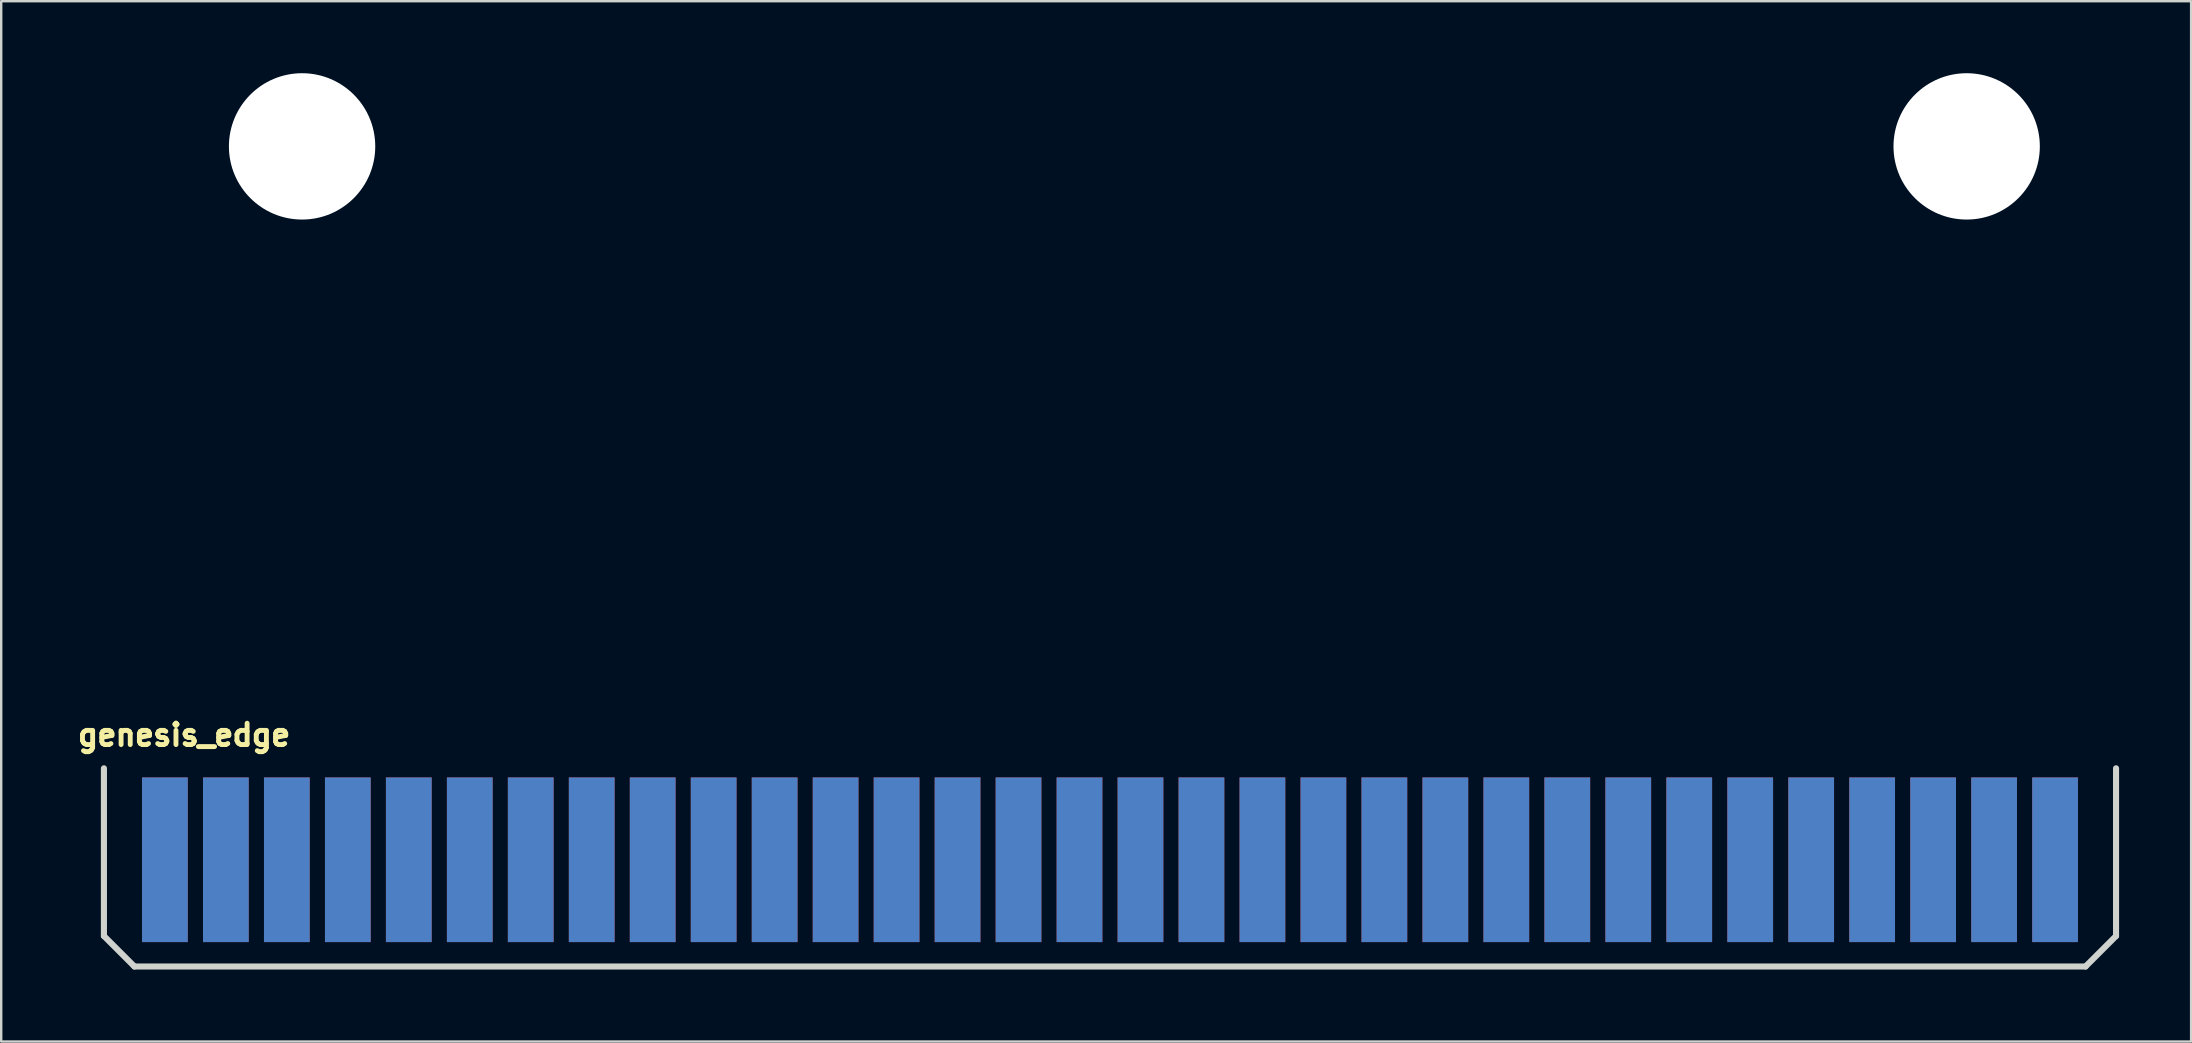
<source format=kicad_pcb>
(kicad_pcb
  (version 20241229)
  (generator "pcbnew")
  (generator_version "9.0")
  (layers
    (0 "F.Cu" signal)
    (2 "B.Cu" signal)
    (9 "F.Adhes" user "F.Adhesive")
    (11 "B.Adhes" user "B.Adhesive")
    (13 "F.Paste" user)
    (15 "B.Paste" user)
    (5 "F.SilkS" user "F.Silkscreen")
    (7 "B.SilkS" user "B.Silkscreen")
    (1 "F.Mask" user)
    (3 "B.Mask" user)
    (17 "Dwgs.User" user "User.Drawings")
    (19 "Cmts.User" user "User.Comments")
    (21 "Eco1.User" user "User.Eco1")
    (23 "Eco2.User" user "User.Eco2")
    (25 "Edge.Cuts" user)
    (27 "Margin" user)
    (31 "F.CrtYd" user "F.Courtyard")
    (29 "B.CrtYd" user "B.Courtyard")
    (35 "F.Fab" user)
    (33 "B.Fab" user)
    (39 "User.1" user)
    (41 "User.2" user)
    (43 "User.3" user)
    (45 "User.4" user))
  (footprint "genesis_edge"
    (layer "F.Cu")
    (at 3.819 32.766)
    (property "Reference" "genesis_edge" (at 0.8 -5.2 0) (layer "F.SilkS") (effects (font (size 0.889 0.889) (thickness 0.203))))
    (attr through_hole)
    (fp_poly (pts (xy -2.54 -3.81) (xy 81.28 -3.81) (xy 81.28 3.175) (xy 80.01 4.445) (xy -1.27 4.445) (xy -2.54 3.175)) (stroke (width 0.1) (type solid)) (fill yes) (layer "F.Mask"))
    (fp_poly (pts (xy -2.54 -3.81) (xy 81.28 -3.81) (xy 81.28 3.175) (xy 80.01 4.445) (xy -1.27 4.445) (xy -2.54 3.175)) (stroke (width 0.1) (type solid)) (fill yes) (layer "B.Mask"))
    (fp_line (start -2.54 -3.81) (end -2.54 3.175) (stroke (width 0.254) (type solid)) (layer "Edge.Cuts"))
    (fp_line (start -2.54 3.175) (end -1.27 4.445) (stroke (width 0.254) (type solid)) (layer "Edge.Cuts"))
    (fp_line (start -1.27 4.445) (end 80.01 4.445) (stroke (width 0.254) (type solid)) (layer "Edge.Cuts"))
    (fp_line (start 80.01 4.445) (end 81.28 3.175) (stroke (width 0.254) (type solid)) (layer "Edge.Cuts"))
    (fp_line (start 81.28 3.175) (end 81.28 -3.81) (stroke (width 0.254) (type solid)) (layer "Edge.Cuts"))
    (pad "" np_thru_hole circle (at 5.715 -29.718) (size 6.096 6.096) (drill 6.096) (layers "*.Cu" "*.Mask"))
    (pad "" np_thru_hole circle (at 75.057 -29.718) (size 6.096 6.096) (drill 6.096) (layers "*.Cu" "*.Mask"))
    (pad "A1" smd rect (at 0 0) (size 1.905 6.858) (layers "B.Cu"))
    (pad "A2" smd rect (at 2.54 0) (size 1.905 6.858) (layers "B.Cu"))
    (pad "A3" smd rect (at 5.08 0) (size 1.905 6.858) (layers "B.Cu"))
    (pad "A4" smd rect (at 7.62 0) (size 1.905 6.858) (layers "B.Cu"))
    (pad "A5" smd rect (at 10.16 0) (size 1.905 6.858) (layers "B.Cu"))
    (pad "A6" smd rect (at 12.7 0) (size 1.905 6.858) (layers "B.Cu"))
    (pad "A7" smd rect (at 15.24 0) (size 1.905 6.858) (layers "B.Cu"))
    (pad "A8" smd rect (at 17.78 0) (size 1.905 6.858) (layers "B.Cu"))
    (pad "A9" smd rect (at 20.32 0) (size 1.905 6.858) (layers "B.Cu"))
    (pad "A10" smd rect (at 22.86 0) (size 1.905 6.858) (layers "B.Cu"))
    (pad "A11" smd rect (at 25.4 0) (size 1.905 6.858) (layers "B.Cu"))
    (pad "A12" smd rect (at 27.94 0) (size 1.905 6.858) (layers "B.Cu"))
    (pad "A13" smd rect (at 30.48 0) (size 1.905 6.858) (layers "B.Cu"))
    (pad "A14" smd rect (at 33.02 0) (size 1.905 6.858) (layers "B.Cu"))
    (pad "A15" smd rect (at 35.56 0) (size 1.905 6.858) (layers "B.Cu"))
    (pad "A16" smd rect (at 38.1 0) (size 1.905 6.858) (layers "B.Cu"))
    (pad "A17" smd rect (at 40.64 0) (size 1.905 6.858) (layers "B.Cu"))
    (pad "A18" smd rect (at 43.18 0) (size 1.905 6.858) (layers "B.Cu"))
    (pad "A19" smd rect (at 45.72 0) (size 1.905 6.858) (layers "B.Cu"))
    (pad "A20" smd rect (at 48.26 0) (size 1.905 6.858) (layers "B.Cu"))
    (pad "A21" smd rect (at 50.8 0) (size 1.905 6.858) (layers "B.Cu"))
    (pad "A22" smd rect (at 53.34 0) (size 1.905 6.858) (layers "B.Cu"))
    (pad "A23" smd rect (at 55.88 0) (size 1.905 6.858) (layers "B.Cu"))
    (pad "A24" smd rect (at 58.42 0) (size 1.905 6.858) (layers "B.Cu"))
    (pad "A25" smd rect (at 60.96 0) (size 1.905 6.858) (layers "B.Cu"))
    (pad "A26" smd rect (at 63.5 0) (size 1.905 6.858) (layers "B.Cu"))
    (pad "A27" smd rect (at 66.04 0) (size 1.905 6.858) (layers "B.Cu"))
    (pad "A28" smd rect (at 68.58 0) (size 1.905 6.858) (layers "B.Cu"))
    (pad "A29" smd rect (at 71.12 0) (size 1.905 6.858) (layers "B.Cu"))
    (pad "A30" smd rect (at 73.66 0) (size 1.905 6.858) (layers "B.Cu"))
    (pad "A31" smd rect (at 76.2 0) (size 1.905 6.858) (layers "B.Cu"))
    (pad "A32" smd rect (at 78.74 0) (size 1.905 6.858) (layers "B.Cu"))
    (pad "B1" smd rect (at 0 0) (size 1.905 6.858) (layers "F.Cu"))
    (pad "B2" smd rect (at 2.54 0) (size 1.905 6.858) (layers "F.Cu"))
    (pad "B3" smd rect (at 5.08 0) (size 1.905 6.858) (layers "F.Cu"))
    (pad "B4" smd rect (at 7.62 0) (size 1.905 6.858) (layers "F.Cu"))
    (pad "B5" smd rect (at 10.16 0) (size 1.905 6.858) (layers "F.Cu"))
    (pad "B6" smd rect (at 12.7 0) (size 1.905 6.858) (layers "F.Cu"))
    (pad "B7" smd rect (at 15.24 0) (size 1.905 6.858) (layers "F.Cu"))
    (pad "B8" smd rect (at 17.78 0) (size 1.905 6.858) (layers "F.Cu"))
    (pad "B9" smd rect (at 20.32 0) (size 1.905 6.858) (layers "F.Cu"))
    (pad "B10" smd rect (at 22.86 0) (size 1.905 6.858) (layers "F.Cu"))
    (pad "B11" smd rect (at 25.4 0) (size 1.905 6.858) (layers "F.Cu"))
    (pad "B12" smd rect (at 27.94 0) (size 1.905 6.858) (layers "F.Cu"))
    (pad "B13" smd rect (at 30.48 0) (size 1.905 6.858) (layers "F.Cu"))
    (pad "B14" smd rect (at 33.02 0) (size 1.905 6.858) (layers "F.Cu"))
    (pad "B15" smd rect (at 35.56 0) (size 1.905 6.858) (layers "F.Cu"))
    (pad "B16" smd rect (at 38.1 0) (size 1.905 6.858) (layers "F.Cu"))
    (pad "B17" smd rect (at 40.64 0) (size 1.905 6.858) (layers "F.Cu"))
    (pad "B18" smd rect (at 43.18 0) (size 1.905 6.858) (layers "F.Cu"))
    (pad "B19" smd rect (at 45.72 0) (size 1.905 6.858) (layers "F.Cu"))
    (pad "B20" smd rect (at 48.26 0) (size 1.905 6.858) (layers "F.Cu"))
    (pad "B21" smd rect (at 50.8 0) (size 1.905 6.858) (layers "F.Cu"))
    (pad "B22" smd rect (at 53.34 0) (size 1.905 6.858) (layers "F.Cu"))
    (pad "B23" smd rect (at 55.88 0) (size 1.905 6.858) (layers "F.Cu"))
    (pad "B24" smd rect (at 58.42 0) (size 1.905 6.858) (layers "F.Cu"))
    (pad "B25" smd rect (at 60.96 0) (size 1.905 6.858) (layers "F.Cu"))
    (pad "B26" smd rect (at 63.5 0) (size 1.905 6.858) (layers "F.Cu"))
    (pad "B27" smd rect (at 66.04 0) (size 1.905 6.858) (layers "F.Cu"))
    (pad "B28" smd rect (at 68.58 0) (size 1.905 6.858) (layers "F.Cu"))
    (pad "B29" smd rect (at 71.12 0) (size 1.905 6.858) (layers "F.Cu"))
    (pad "B30" smd rect (at 73.66 0) (size 1.905 6.858) (layers "F.Cu"))
    (pad "B31" smd rect (at 76.2 0) (size 1.905 6.858) (layers "F.Cu"))
    (pad "B32" smd rect (at 78.74 0) (size 1.905 6.858) (layers "F.Cu")))
  (gr_rect
    (start -3 -3)
    (end 88.226 40.338)
    (stroke (width 0.1) (type default))
    (fill no)
    (layer "Edge.Cuts")))
</source>
